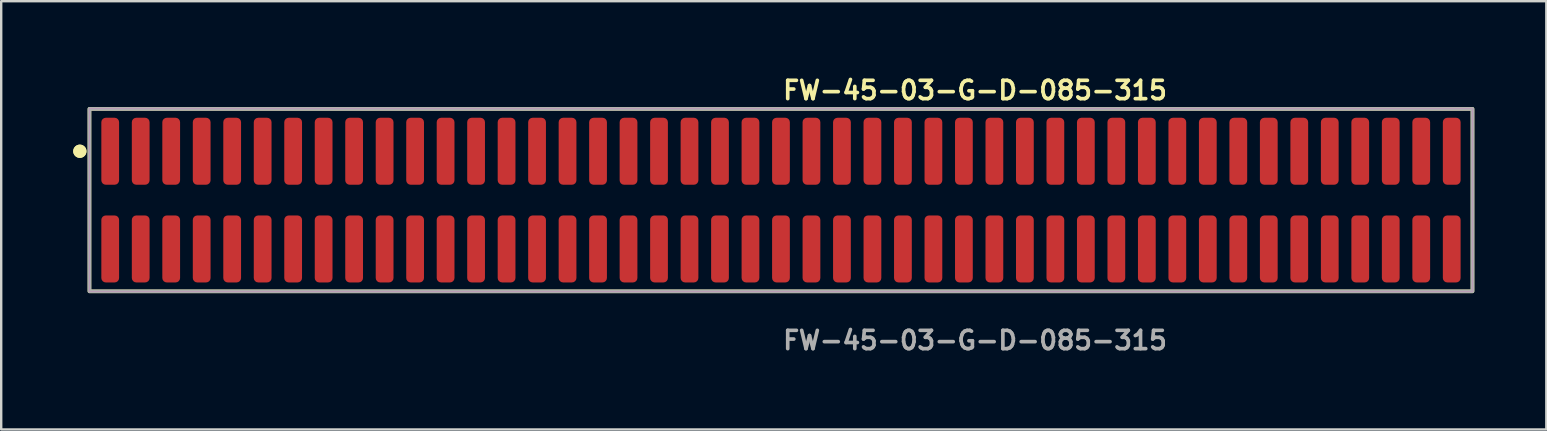
<source format=kicad_pcb>
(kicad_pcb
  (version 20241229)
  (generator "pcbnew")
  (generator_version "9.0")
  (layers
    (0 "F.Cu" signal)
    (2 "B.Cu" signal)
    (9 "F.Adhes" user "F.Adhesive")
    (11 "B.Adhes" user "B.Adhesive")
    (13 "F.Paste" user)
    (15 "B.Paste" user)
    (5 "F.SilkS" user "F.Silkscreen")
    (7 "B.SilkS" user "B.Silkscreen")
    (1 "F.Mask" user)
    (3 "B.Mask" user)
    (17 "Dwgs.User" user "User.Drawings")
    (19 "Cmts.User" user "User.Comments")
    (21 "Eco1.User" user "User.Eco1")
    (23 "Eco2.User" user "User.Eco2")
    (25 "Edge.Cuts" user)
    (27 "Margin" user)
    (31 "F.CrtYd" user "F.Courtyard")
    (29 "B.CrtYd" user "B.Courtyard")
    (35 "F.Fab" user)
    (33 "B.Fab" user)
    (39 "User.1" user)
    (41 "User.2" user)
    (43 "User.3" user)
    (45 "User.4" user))
  (footprint "FW-45-03-G-D-085-315"
    (layer "F.Cu")
    (at 29.481 5.285)
    (property "Reference" "FW-45-03-G-D-085-315" (at 0 -4.572 0) (unlocked yes) (layer "F.SilkS") (effects (font (size 0.762 0.762) (thickness 0.152)) (justify left)))
    (fp_rect (start -28.805 3.8) (end 28.805 -3.8) (stroke (width 0.152) (type solid)) (fill no) (layer "F.SilkS"))
    (fp_circle (center -29.205 -2.035) (end -29.405 -2.035) (stroke (width 0.152) (type solid)) (fill yes) (layer "F.SilkS"))
    (fp_circle (center -29.205 -2.035) (end -29.405 -2.035) (stroke (width 0.152) (type solid)) (fill yes) (layer "F.SilkS"))
    (fp_rect (start -28.805 3.8) (end 28.805 -3.8) (stroke (width 0.006) (type solid)) (fill no) (layer "F.CrtYd"))
    (fp_rect (start -28.805 3.8) (end 28.805 -3.8) (stroke (width 0.152) (type solid)) (fill no) (layer "F.Fab"))
    (fp_text user "${REFERENCE}" (at 0 5.842 0) (unlocked yes) (layer "F.Fab") (effects (font (size 0.762 0.762) (thickness 0.152)) (justify left)))
    (pad "1" smd roundrect (at -27.94 -2.035) (size 0.74 2.79) (layers "F.Cu" "F.Paste") (roundrect_rratio 0.25))
    (pad "2" smd roundrect (at -27.94 2.035) (size 0.74 2.79) (layers "F.Cu" "F.Paste") (roundrect_rratio 0.25))
    (pad "3" smd roundrect (at -26.67 -2.035) (size 0.74 2.79) (layers "F.Cu" "F.Paste") (roundrect_rratio 0.25))
    (pad "4" smd roundrect (at -26.67 2.035) (size 0.74 2.79) (layers "F.Cu" "F.Paste") (roundrect_rratio 0.25))
    (pad "5" smd roundrect (at -25.4 -2.035) (size 0.74 2.79) (layers "F.Cu" "F.Paste") (roundrect_rratio 0.25))
    (pad "6" smd roundrect (at -25.4 2.035) (size 0.74 2.79) (layers "F.Cu" "F.Paste") (roundrect_rratio 0.25))
    (pad "7" smd roundrect (at -24.13 -2.035) (size 0.74 2.79) (layers "F.Cu" "F.Paste") (roundrect_rratio 0.25))
    (pad "8" smd roundrect (at -24.13 2.035) (size 0.74 2.79) (layers "F.Cu" "F.Paste") (roundrect_rratio 0.25))
    (pad "9" smd roundrect (at -22.86 -2.035) (size 0.74 2.79) (layers "F.Cu" "F.Paste") (roundrect_rratio 0.25))
    (pad "10" smd roundrect (at -22.86 2.035) (size 0.74 2.79) (layers "F.Cu" "F.Paste") (roundrect_rratio 0.25))
    (pad "11" smd roundrect (at -21.59 -2.035) (size 0.74 2.79) (layers "F.Cu" "F.Paste") (roundrect_rratio 0.25))
    (pad "12" smd roundrect (at -21.59 2.035) (size 0.74 2.79) (layers "F.Cu" "F.Paste") (roundrect_rratio 0.25))
    (pad "13" smd roundrect (at -20.32 -2.035) (size 0.74 2.79) (layers "F.Cu" "F.Paste") (roundrect_rratio 0.25))
    (pad "14" smd roundrect (at -20.32 2.035) (size 0.74 2.79) (layers "F.Cu" "F.Paste") (roundrect_rratio 0.25))
    (pad "15" smd roundrect (at -19.05 -2.035) (size 0.74 2.79) (layers "F.Cu" "F.Paste") (roundrect_rratio 0.25))
    (pad "16" smd roundrect (at -19.05 2.035) (size 0.74 2.79) (layers "F.Cu" "F.Paste") (roundrect_rratio 0.25))
    (pad "17" smd roundrect (at -17.78 -2.035) (size 0.74 2.79) (layers "F.Cu" "F.Paste") (roundrect_rratio 0.25))
    (pad "18" smd roundrect (at -17.78 2.035) (size 0.74 2.79) (layers "F.Cu" "F.Paste") (roundrect_rratio 0.25))
    (pad "19" smd roundrect (at -16.51 -2.035) (size 0.74 2.79) (layers "F.Cu" "F.Paste") (roundrect_rratio 0.25))
    (pad "20" smd roundrect (at -16.51 2.035) (size 0.74 2.79) (layers "F.Cu" "F.Paste") (roundrect_rratio 0.25))
    (pad "21" smd roundrect (at -15.24 -2.035) (size 0.74 2.79) (layers "F.Cu" "F.Paste") (roundrect_rratio 0.25))
    (pad "22" smd roundrect (at -15.24 2.035) (size 0.74 2.79) (layers "F.Cu" "F.Paste") (roundrect_rratio 0.25))
    (pad "23" smd roundrect (at -13.97 -2.035) (size 0.74 2.79) (layers "F.Cu" "F.Paste") (roundrect_rratio 0.25))
    (pad "24" smd roundrect (at -13.97 2.035) (size 0.74 2.79) (layers "F.Cu" "F.Paste") (roundrect_rratio 0.25))
    (pad "25" smd roundrect (at -12.7 -2.035) (size 0.74 2.79) (layers "F.Cu" "F.Paste") (roundrect_rratio 0.25))
    (pad "26" smd roundrect (at -12.7 2.035) (size 0.74 2.79) (layers "F.Cu" "F.Paste") (roundrect_rratio 0.25))
    (pad "27" smd roundrect (at -11.43 -2.035) (size 0.74 2.79) (layers "F.Cu" "F.Paste") (roundrect_rratio 0.25))
    (pad "28" smd roundrect (at -11.43 2.035) (size 0.74 2.79) (layers "F.Cu" "F.Paste") (roundrect_rratio 0.25))
    (pad "29" smd roundrect (at -10.16 -2.035) (size 0.74 2.79) (layers "F.Cu" "F.Paste") (roundrect_rratio 0.25))
    (pad "30" smd roundrect (at -10.16 2.035) (size 0.74 2.79) (layers "F.Cu" "F.Paste") (roundrect_rratio 0.25))
    (pad "31" smd roundrect (at -8.89 -2.035) (size 0.74 2.79) (layers "F.Cu" "F.Paste") (roundrect_rratio 0.25))
    (pad "32" smd roundrect (at -8.89 2.035) (size 0.74 2.79) (layers "F.Cu" "F.Paste") (roundrect_rratio 0.25))
    (pad "33" smd roundrect (at -7.62 -2.035) (size 0.74 2.79) (layers "F.Cu" "F.Paste") (roundrect_rratio 0.25))
    (pad "34" smd roundrect (at -7.62 2.035) (size 0.74 2.79) (layers "F.Cu" "F.Paste") (roundrect_rratio 0.25))
    (pad "35" smd roundrect (at -6.35 -2.035) (size 0.74 2.79) (layers "F.Cu" "F.Paste") (roundrect_rratio 0.25))
    (pad "36" smd roundrect (at -6.35 2.035) (size 0.74 2.79) (layers "F.Cu" "F.Paste") (roundrect_rratio 0.25))
    (pad "37" smd roundrect (at -5.08 -2.035) (size 0.74 2.79) (layers "F.Cu" "F.Paste") (roundrect_rratio 0.25))
    (pad "38" smd roundrect (at -5.08 2.035) (size 0.74 2.79) (layers "F.Cu" "F.Paste") (roundrect_rratio 0.25))
    (pad "39" smd roundrect (at -3.81 -2.035) (size 0.74 2.79) (layers "F.Cu" "F.Paste") (roundrect_rratio 0.25))
    (pad "40" smd roundrect (at -3.81 2.035) (size 0.74 2.79) (layers "F.Cu" "F.Paste") (roundrect_rratio 0.25))
    (pad "41" smd roundrect (at -2.54 -2.035) (size 0.74 2.79) (layers "F.Cu" "F.Paste") (roundrect_rratio 0.25))
    (pad "42" smd roundrect (at -2.54 2.035) (size 0.74 2.79) (layers "F.Cu" "F.Paste") (roundrect_rratio 0.25))
    (pad "43" smd roundrect (at -1.27 -2.035) (size 0.74 2.79) (layers "F.Cu" "F.Paste") (roundrect_rratio 0.25))
    (pad "44" smd roundrect (at -1.27 2.035) (size 0.74 2.79) (layers "F.Cu" "F.Paste") (roundrect_rratio 0.25))
    (pad "45" smd roundrect (at 0 -2.035) (size 0.74 2.79) (layers "F.Cu" "F.Paste") (roundrect_rratio 0.25))
    (pad "46" smd roundrect (at 0 2.035) (size 0.74 2.79) (layers "F.Cu" "F.Paste") (roundrect_rratio 0.25))
    (pad "47" smd roundrect (at 1.27 -2.035) (size 0.74 2.79) (layers "F.Cu" "F.Paste") (roundrect_rratio 0.25))
    (pad "48" smd roundrect (at 1.27 2.035) (size 0.74 2.79) (layers "F.Cu" "F.Paste") (roundrect_rratio 0.25))
    (pad "49" smd roundrect (at 2.54 -2.035) (size 0.74 2.79) (layers "F.Cu" "F.Paste") (roundrect_rratio 0.25))
    (pad "50" smd roundrect (at 2.54 2.035) (size 0.74 2.79) (layers "F.Cu" "F.Paste") (roundrect_rratio 0.25))
    (pad "51" smd roundrect (at 3.81 -2.035) (size 0.74 2.79) (layers "F.Cu" "F.Paste") (roundrect_rratio 0.25))
    (pad "52" smd roundrect (at 3.81 2.035) (size 0.74 2.79) (layers "F.Cu" "F.Paste") (roundrect_rratio 0.25))
    (pad "53" smd roundrect (at 5.08 -2.035) (size 0.74 2.79) (layers "F.Cu" "F.Paste") (roundrect_rratio 0.25))
    (pad "54" smd roundrect (at 5.08 2.035) (size 0.74 2.79) (layers "F.Cu" "F.Paste") (roundrect_rratio 0.25))
    (pad "55" smd roundrect (at 6.35 -2.035) (size 0.74 2.79) (layers "F.Cu" "F.Paste") (roundrect_rratio 0.25))
    (pad "56" smd roundrect (at 6.35 2.035) (size 0.74 2.79) (layers "F.Cu" "F.Paste") (roundrect_rratio 0.25))
    (pad "57" smd roundrect (at 7.62 -2.035) (size 0.74 2.79) (layers "F.Cu" "F.Paste") (roundrect_rratio 0.25))
    (pad "58" smd roundrect (at 7.62 2.035) (size 0.74 2.79) (layers "F.Cu" "F.Paste") (roundrect_rratio 0.25))
    (pad "59" smd roundrect (at 8.89 -2.035) (size 0.74 2.79) (layers "F.Cu" "F.Paste") (roundrect_rratio 0.25))
    (pad "60" smd roundrect (at 8.89 2.035) (size 0.74 2.79) (layers "F.Cu" "F.Paste") (roundrect_rratio 0.25))
    (pad "61" smd roundrect (at 10.16 -2.035) (size 0.74 2.79) (layers "F.Cu" "F.Paste") (roundrect_rratio 0.25))
    (pad "62" smd roundrect (at 10.16 2.035) (size 0.74 2.79) (layers "F.Cu" "F.Paste") (roundrect_rratio 0.25))
    (pad "63" smd roundrect (at 11.43 -2.035) (size 0.74 2.79) (layers "F.Cu" "F.Paste") (roundrect_rratio 0.25))
    (pad "64" smd roundrect (at 11.43 2.035) (size 0.74 2.79) (layers "F.Cu" "F.Paste") (roundrect_rratio 0.25))
    (pad "65" smd roundrect (at 12.7 -2.035) (size 0.74 2.79) (layers "F.Cu" "F.Paste") (roundrect_rratio 0.25))
    (pad "66" smd roundrect (at 12.7 2.035) (size 0.74 2.79) (layers "F.Cu" "F.Paste") (roundrect_rratio 0.25))
    (pad "67" smd roundrect (at 13.97 -2.035) (size 0.74 2.79) (layers "F.Cu" "F.Paste") (roundrect_rratio 0.25))
    (pad "68" smd roundrect (at 13.97 2.035) (size 0.74 2.79) (layers "F.Cu" "F.Paste") (roundrect_rratio 0.25))
    (pad "69" smd roundrect (at 15.24 -2.035) (size 0.74 2.79) (layers "F.Cu" "F.Paste") (roundrect_rratio 0.25))
    (pad "70" smd roundrect (at 15.24 2.035) (size 0.74 2.79) (layers "F.Cu" "F.Paste") (roundrect_rratio 0.25))
    (pad "71" smd roundrect (at 16.51 -2.035) (size 0.74 2.79) (layers "F.Cu" "F.Paste") (roundrect_rratio 0.25))
    (pad "72" smd roundrect (at 16.51 2.035) (size 0.74 2.79) (layers "F.Cu" "F.Paste") (roundrect_rratio 0.25))
    (pad "73" smd roundrect (at 17.78 -2.035) (size 0.74 2.79) (layers "F.Cu" "F.Paste") (roundrect_rratio 0.25))
    (pad "74" smd roundrect (at 17.78 2.035) (size 0.74 2.79) (layers "F.Cu" "F.Paste") (roundrect_rratio 0.25))
    (pad "75" smd roundrect (at 19.05 -2.035) (size 0.74 2.79) (layers "F.Cu" "F.Paste") (roundrect_rratio 0.25))
    (pad "76" smd roundrect (at 19.05 2.035) (size 0.74 2.79) (layers "F.Cu" "F.Paste") (roundrect_rratio 0.25))
    (pad "77" smd roundrect (at 20.32 -2.035) (size 0.74 2.79) (layers "F.Cu" "F.Paste") (roundrect_rratio 0.25))
    (pad "78" smd roundrect (at 20.32 2.035) (size 0.74 2.79) (layers "F.Cu" "F.Paste") (roundrect_rratio 0.25))
    (pad "79" smd roundrect (at 21.59 -2.035) (size 0.74 2.79) (layers "F.Cu" "F.Paste") (roundrect_rratio 0.25))
    (pad "80" smd roundrect (at 21.59 2.035) (size 0.74 2.79) (layers "F.Cu" "F.Paste") (roundrect_rratio 0.25))
    (pad "81" smd roundrect (at 22.86 -2.035) (size 0.74 2.79) (layers "F.Cu" "F.Paste") (roundrect_rratio 0.25))
    (pad "82" smd roundrect (at 22.86 2.035) (size 0.74 2.79) (layers "F.Cu" "F.Paste") (roundrect_rratio 0.25))
    (pad "83" smd roundrect (at 24.13 -2.035) (size 0.74 2.79) (layers "F.Cu" "F.Paste") (roundrect_rratio 0.25))
    (pad "84" smd roundrect (at 24.13 2.035) (size 0.74 2.79) (layers "F.Cu" "F.Paste") (roundrect_rratio 0.25))
    (pad "85" smd roundrect (at 25.4 -2.035) (size 0.74 2.79) (layers "F.Cu" "F.Paste") (roundrect_rratio 0.25))
    (pad "86" smd roundrect (at 25.4 2.035) (size 0.74 2.79) (layers "F.Cu" "F.Paste") (roundrect_rratio 0.25))
    (pad "87" smd roundrect (at 26.67 -2.035) (size 0.74 2.79) (layers "F.Cu" "F.Paste") (roundrect_rratio 0.25))
    (pad "88" smd roundrect (at 26.67 2.035) (size 0.74 2.79) (layers "F.Cu" "F.Paste") (roundrect_rratio 0.25))
    (pad "89" smd roundrect (at 27.94 -2.035) (size 0.74 2.79) (layers "F.Cu" "F.Paste") (roundrect_rratio 0.25))
    (pad "90" smd roundrect (at 27.94 2.035) (size 0.74 2.79) (layers "F.Cu" "F.Paste") (roundrect_rratio 0.25)))
  (gr_rect
    (start -3 -3)
    (end 61.362 14.84)
    (stroke (width 0.1) (type default))
    (fill no)
    (layer "Edge.Cuts")))
</source>
